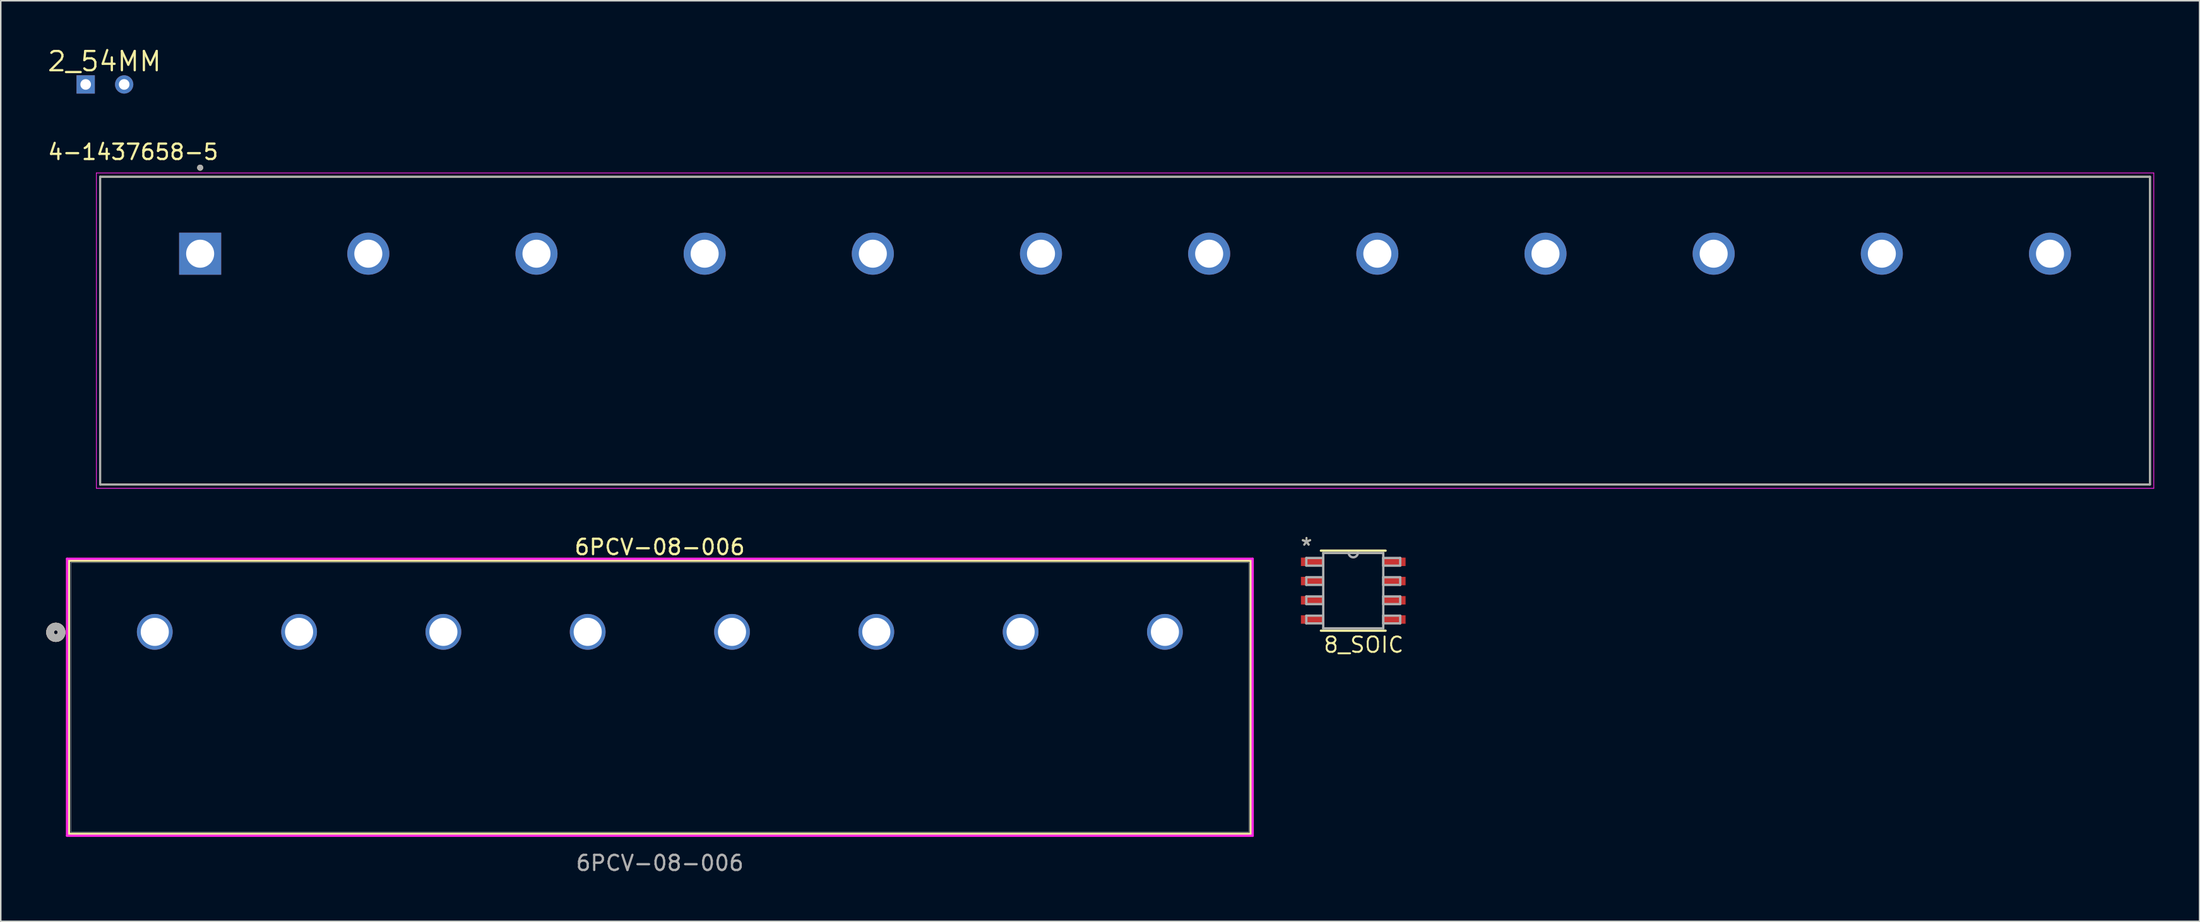
<source format=kicad_pcb>
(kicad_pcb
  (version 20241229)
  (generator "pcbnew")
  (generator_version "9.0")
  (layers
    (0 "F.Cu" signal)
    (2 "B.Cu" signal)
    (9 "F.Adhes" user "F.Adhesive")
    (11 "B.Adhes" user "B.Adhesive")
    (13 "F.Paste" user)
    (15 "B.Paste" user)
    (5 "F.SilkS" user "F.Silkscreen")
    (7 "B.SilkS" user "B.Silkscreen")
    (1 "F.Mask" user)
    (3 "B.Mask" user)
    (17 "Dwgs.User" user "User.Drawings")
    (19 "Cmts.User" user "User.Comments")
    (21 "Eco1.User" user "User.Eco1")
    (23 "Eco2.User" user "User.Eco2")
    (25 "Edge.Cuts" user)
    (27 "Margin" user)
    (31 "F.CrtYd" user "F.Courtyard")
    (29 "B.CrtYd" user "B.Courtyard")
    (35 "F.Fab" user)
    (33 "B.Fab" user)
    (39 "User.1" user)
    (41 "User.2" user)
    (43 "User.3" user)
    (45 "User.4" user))
  (footprint "6PCV-08-006"
    (layer "F.Cu")
    (at 7.217 38.695)
    (property "Reference" "6PCV-08-006" (at 33.281 -5.621 0) (unlocked yes) (layer "F.SilkS") (effects (font (size 1.016 1.016) (thickness 0.15))))
    (attr through_hole)
    (fp_line (start -5.715 -4.724) (end -5.715 13.31) (stroke (width 0.152) (type solid)) (layer "F.SilkS"))
    (fp_line (start -5.715 13.31) (end 72.288 13.31) (stroke (width 0.152) (type solid)) (layer "F.SilkS"))
    (fp_line (start 72.288 -4.724) (end -5.715 -4.724) (stroke (width 0.152) (type solid)) (layer "F.SilkS"))
    (fp_line (start 72.288 13.31) (end 72.288 -4.724) (stroke (width 0.152) (type solid)) (layer "F.SilkS"))
    (fp_circle (center -6.582 0.004) (end -6.201 0.004) (stroke (width 0.508) (type solid)) (fill no) (layer "F.SilkS"))
    (fp_circle (center -6.582 0.004) (end -6.201 0.004) (stroke (width 0.508) (type solid)) (fill no) (layer "B.SilkS"))
    (fp_line (start -5.842 -4.851) (end -5.842 13.437) (stroke (width 0.152) (type solid)) (layer "F.CrtYd"))
    (fp_line (start -5.842 13.437) (end 72.415 13.437) (stroke (width 0.152) (type solid)) (layer "F.CrtYd"))
    (fp_line (start 72.415 -4.851) (end -5.842 -4.851) (stroke (width 0.152) (type solid)) (layer "F.CrtYd"))
    (fp_line (start 72.415 13.437) (end 72.415 -4.851) (stroke (width 0.152) (type solid)) (layer "F.CrtYd"))
    (fp_line (start -5.588 -4.597) (end -5.588 13.183) (stroke (width 0.025) (type solid)) (layer "F.Fab"))
    (fp_line (start -5.588 13.183) (end 72.161 13.183) (stroke (width 0.025) (type solid)) (layer "F.Fab"))
    (fp_line (start 72.161 -4.597) (end -5.588 -4.597) (stroke (width 0.025) (type solid)) (layer "F.Fab"))
    (fp_line (start 72.161 13.183) (end 72.161 -4.597) (stroke (width 0.025) (type solid)) (layer "F.Fab"))
    (fp_circle (center -6.582 0.004) (end -6.201 0.004) (stroke (width 0.508) (type solid)) (fill no) (layer "F.Fab"))
    (fp_text user "${REFERENCE}" (at 33.287 15.24 0) (unlocked yes) (layer "F.Fab") (effects (font (size 1 1) (thickness 0.15))))
    (pad "1" thru_hole circle (at -0.051 -0.025) (size 2.362 2.362) (drill 1.854) (layers "*.Cu" "*.Mask"))
    (pad "2" thru_hole circle (at 9.474 -0.025) (size 2.362 2.362) (drill 1.854) (layers "*.Cu" "*.Mask"))
    (pad "3" thru_hole circle (at 18.999 -0.025) (size 2.362 2.362) (drill 1.854) (layers "*.Cu" "*.Mask"))
    (pad "4" thru_hole circle (at 28.524 -0.025) (size 2.362 2.362) (drill 1.854) (layers "*.Cu" "*.Mask"))
    (pad "5" thru_hole circle (at 38.049 -0.025) (size 2.362 2.362) (drill 1.854) (layers "*.Cu" "*.Mask"))
    (pad "6" thru_hole circle (at 47.574 -0.025) (size 2.362 2.362) (drill 1.854) (layers "*.Cu" "*.Mask"))
    (pad "7" thru_hole circle (at 57.099 -0.025) (size 2.362 2.362) (drill 1.854) (layers "*.Cu" "*.Mask"))
    (pad "8" thru_hole circle (at 66.624 -0.025) (size 2.362 2.362) (drill 1.854) (layers "*.Cu" "*.Mask")))
  (footprint "8_SOIC"
    (layer "F.Cu")
    (at 86.272 35.95)
    (property "Reference" "8_SOIC" (at -2.033 4.17 0) (layer "F.SilkS") (effects (font (size 1.016 1.016) (thickness 0.127)) (justify left bottom)))
    (attr smd)
    (fp_line (start -2.134 2.642) (end 2.134 2.642) (stroke (width 0.152) (type solid)) (layer "F.SilkS"))
    (fp_line (start 2.134 -2.642) (end -2.134 -2.642) (stroke (width 0.152) (type solid)) (layer "F.SilkS"))
    (fp_line (start -3.099 -2.159) (end -3.099 -1.651) (stroke (width 0.152) (type solid)) (layer "F.Fab"))
    (fp_line (start -3.099 -1.651) (end -1.981 -1.651) (stroke (width 0.152) (type solid)) (layer "F.Fab"))
    (fp_line (start -3.099 -0.889) (end -3.099 -0.381) (stroke (width 0.152) (type solid)) (layer "F.Fab"))
    (fp_line (start -3.099 -0.381) (end -1.981 -0.381) (stroke (width 0.152) (type solid)) (layer "F.Fab"))
    (fp_line (start -3.099 0.381) (end -3.099 0.889) (stroke (width 0.152) (type solid)) (layer "F.Fab"))
    (fp_line (start -3.099 0.889) (end -1.981 0.889) (stroke (width 0.152) (type solid)) (layer "F.Fab"))
    (fp_line (start -3.099 1.651) (end -3.099 2.159) (stroke (width 0.152) (type solid)) (layer "F.Fab"))
    (fp_line (start -3.099 2.159) (end -1.981 2.159) (stroke (width 0.152) (type solid)) (layer "F.Fab"))
    (fp_line (start -1.981 -2.489) (end -1.981 2.489) (stroke (width 0.152) (type solid)) (layer "F.Fab"))
    (fp_line (start -1.981 -2.159) (end -3.099 -2.159) (stroke (width 0.152) (type solid)) (layer "F.Fab"))
    (fp_line (start -1.981 -1.651) (end -1.981 -2.159) (stroke (width 0.152) (type solid)) (layer "F.Fab"))
    (fp_line (start -1.981 -0.889) (end -3.099 -0.889) (stroke (width 0.152) (type solid)) (layer "F.Fab"))
    (fp_line (start -1.981 -0.381) (end -1.981 -0.889) (stroke (width 0.152) (type solid)) (layer "F.Fab"))
    (fp_line (start -1.981 0.381) (end -3.099 0.381) (stroke (width 0.152) (type solid)) (layer "F.Fab"))
    (fp_line (start -1.981 0.889) (end -1.981 0.381) (stroke (width 0.152) (type solid)) (layer "F.Fab"))
    (fp_line (start -1.981 1.651) (end -3.099 1.651) (stroke (width 0.152) (type solid)) (layer "F.Fab"))
    (fp_line (start -1.981 2.159) (end -1.981 1.651) (stroke (width 0.152) (type solid)) (layer "F.Fab"))
    (fp_line (start -1.981 2.489) (end 1.981 2.489) (stroke (width 0.152) (type solid)) (layer "F.Fab"))
    (fp_line (start -0.305 -2.489) (end -1.981 -2.489) (stroke (width 0.152) (type solid)) (layer "F.Fab"))
    (fp_line (start 1.981 -2.489) (end -0.305 -2.489) (stroke (width 0.152) (type solid)) (layer "F.Fab"))
    (fp_line (start 1.981 -2.159) (end 1.981 -1.651) (stroke (width 0.152) (type solid)) (layer "F.Fab"))
    (fp_line (start 1.981 -1.651) (end 3.099 -1.651) (stroke (width 0.152) (type solid)) (layer "F.Fab"))
    (fp_line (start 1.981 -0.889) (end 1.981 -0.381) (stroke (width 0.152) (type solid)) (layer "F.Fab"))
    (fp_line (start 1.981 -0.381) (end 3.099 -0.381) (stroke (width 0.152) (type solid)) (layer "F.Fab"))
    (fp_line (start 1.981 0.381) (end 1.981 0.889) (stroke (width 0.152) (type solid)) (layer "F.Fab"))
    (fp_line (start 1.981 0.889) (end 3.099 0.889) (stroke (width 0.152) (type solid)) (layer "F.Fab"))
    (fp_line (start 1.981 1.651) (end 1.981 2.159) (stroke (width 0.152) (type solid)) (layer "F.Fab"))
    (fp_line (start 1.981 2.159) (end 3.099 2.159) (stroke (width 0.152) (type solid)) (layer "F.Fab"))
    (fp_line (start 1.981 2.489) (end 1.981 -2.489) (stroke (width 0.152) (type solid)) (layer "F.Fab"))
    (fp_line (start 3.099 -2.159) (end 1.981 -2.159) (stroke (width 0.152) (type solid)) (layer "F.Fab"))
    (fp_line (start 3.099 -1.651) (end 3.099 -2.159) (stroke (width 0.152) (type solid)) (layer "F.Fab"))
    (fp_line (start 3.099 -0.889) (end 1.981 -0.889) (stroke (width 0.152) (type solid)) (layer "F.Fab"))
    (fp_line (start 3.099 -0.381) (end 3.099 -0.889) (stroke (width 0.152) (type solid)) (layer "F.Fab"))
    (fp_line (start 3.099 0.381) (end 1.981 0.381) (stroke (width 0.152) (type solid)) (layer "F.Fab"))
    (fp_line (start 3.099 0.889) (end 3.099 0.381) (stroke (width 0.152) (type solid)) (layer "F.Fab"))
    (fp_line (start 3.099 1.651) (end 1.981 1.651) (stroke (width 0.152) (type solid)) (layer "F.Fab"))
    (fp_line (start 3.099 2.159) (end 3.099 1.651) (stroke (width 0.152) (type solid)) (layer "F.Fab"))
    (fp_arc (start 0.3048 -2.5146) (mid 0.0127 -2.1971) (end -0.3048 -2.4892) (stroke (width 0.1524) (type solid)) (layer "F.Fab"))
    (fp_text user "*" (at -3.556 -2.337 0) (layer "F.SilkS") (effects (font (size 1.016 1.016) (thickness 0.127)) (justify left bottom)))
    (fp_text user "*" (at -3.563 -2.318 0) (layer "F.Fab") (effects (font (size 1.016 1.016) (thickness 0.127)) (justify left bottom)))
    (pad "1" smd rect (at -2.724 -1.905) (size 1.46 0.559) (layers "F.Cu" "F.Mask" "F.Paste"))
    (pad "2" smd rect (at -2.724 -0.635) (size 1.46 0.559) (layers "F.Cu" "F.Mask" "F.Paste"))
    (pad "3" smd rect (at -2.724 0.635) (size 1.46 0.559) (layers "F.Cu" "F.Mask" "F.Paste"))
    (pad "4" smd rect (at -2.724 1.905) (size 1.46 0.559) (layers "F.Cu" "F.Mask" "F.Paste"))
    (pad "5" smd rect (at 2.724 1.905) (size 1.46 0.559) (layers "F.Cu" "F.Mask" "F.Paste"))
    (pad "6" smd rect (at 2.724 0.635) (size 1.46 0.559) (layers "F.Cu" "F.Mask" "F.Paste"))
    (pad "7" smd rect (at 2.724 -0.635) (size 1.46 0.559) (layers "F.Cu" "F.Mask" "F.Paste"))
    (pad "8" smd rect (at 2.724 -1.905) (size 1.46 0.559) (layers "F.Cu" "F.Mask" "F.Paste")))
  (footprint "4-1437658-5"
    (layer "F.Cu")
    (at 71.211 13.701)
    (property "Reference" "4-1437658-5" (at -65.475 -6.715 0) (layer "F.SilkS") (effects (font (size 1.016 1.016) (thickness 0.15))))
    (attr through_hole)
    (fp_line (start -67.65 -5.08) (end 67.65 -5.08) (stroke (width 0.127) (type solid)) (layer "F.SilkS"))
    (fp_line (start -67.65 15.24) (end -67.65 -5.08) (stroke (width 0.127) (type solid)) (layer "F.SilkS"))
    (fp_line (start 67.65 -5.08) (end 67.65 15.24) (stroke (width 0.127) (type solid)) (layer "F.SilkS"))
    (fp_line (start 67.65 15.24) (end -67.65 15.24) (stroke (width 0.127) (type solid)) (layer "F.SilkS"))
    (fp_circle (center -61.05 -5.68) (end -60.95 -5.68) (stroke (width 0.2) (type solid)) (fill no) (layer "F.SilkS"))
    (fp_line (start -67.9 -5.33) (end 67.9 -5.33) (stroke (width 0.05) (type solid)) (layer "F.CrtYd"))
    (fp_line (start -67.9 15.49) (end -67.9 -5.33) (stroke (width 0.05) (type solid)) (layer "F.CrtYd"))
    (fp_line (start 67.9 -5.33) (end 67.9 15.49) (stroke (width 0.05) (type solid)) (layer "F.CrtYd"))
    (fp_line (start 67.9 15.49) (end -67.9 15.49) (stroke (width 0.05) (type solid)) (layer "F.CrtYd"))
    (fp_line (start -67.65 -5.08) (end 67.65 -5.08) (stroke (width 0.127) (type solid)) (layer "F.Fab"))
    (fp_line (start -67.65 15.24) (end -67.65 -5.08) (stroke (width 0.127) (type solid)) (layer "F.Fab"))
    (fp_line (start 67.65 -5.08) (end 67.65 15.24) (stroke (width 0.127) (type solid)) (layer "F.Fab"))
    (fp_line (start 67.65 15.24) (end -67.65 15.24) (stroke (width 0.127) (type solid)) (layer "F.Fab"))
    (fp_circle (center -61.05 -5.68) (end -60.95 -5.68) (stroke (width 0.2) (type solid)) (fill no) (layer "F.Fab"))
    (pad "1" thru_hole rect (at -61.05 0) (size 2.775 2.775) (drill 1.85) (layers "*.Cu" "*.Mask"))
    (pad "2" thru_hole circle (at -49.95 0) (size 2.775 2.775) (drill 1.85) (layers "*.Cu" "*.Mask"))
    (pad "3" thru_hole circle (at -38.85 0) (size 2.775 2.775) (drill 1.85) (layers "*.Cu" "*.Mask"))
    (pad "4" thru_hole circle (at -27.75 0) (size 2.775 2.775) (drill 1.85) (layers "*.Cu" "*.Mask"))
    (pad "5" thru_hole circle (at -16.65 0) (size 2.775 2.775) (drill 1.85) (layers "*.Cu" "*.Mask"))
    (pad "6" thru_hole circle (at -5.55 0) (size 2.775 2.775) (drill 1.85) (layers "*.Cu" "*.Mask"))
    (pad "7" thru_hole circle (at 5.55 0) (size 2.775 2.775) (drill 1.85) (layers "*.Cu" "*.Mask"))
    (pad "8" thru_hole circle (at 16.65 0) (size 2.775 2.775) (drill 1.85) (layers "*.Cu" "*.Mask"))
    (pad "9" thru_hole circle (at 27.75 0) (size 2.775 2.775) (drill 1.85) (layers "*.Cu" "*.Mask"))
    (pad "10" thru_hole circle (at 38.85 0) (size 2.775 2.775) (drill 1.85) (layers "*.Cu" "*.Mask"))
    (pad "11" thru_hole circle (at 49.95 0) (size 2.775 2.775) (drill 1.85) (layers "*.Cu" "*.Mask"))
    (pad "12" thru_hole circle (at 61.05 0) (size 2.775 2.775) (drill 1.85) (layers "*.Cu" "*.Mask")))
  (footprint "2_54MM"
    (layer "F.Cu")
    (at 2.605 2.525)
    (property "Reference" "2_54MM" (at 1.242 -1.519 0) (layer "F.SilkS") (effects (font (size 1.27 1.27) (thickness 0.15))))
    (attr through_hole)
    (pad "P$1" thru_hole rect (at 0 0) (size 1.208 1.208) (drill 0.7) (layers "*.Cu" "*.Mask"))
    (pad "P$2" thru_hole circle (at 2.54 0) (size 1.208 1.208) (drill 0.7) (layers "*.Cu" "*.Mask")))
  (gr_rect
    (start -3 -3)
    (end 142.136 57.783)
    (stroke (width 0.1) (type default))
    (fill no)
    (layer "Edge.Cuts")))
</source>
